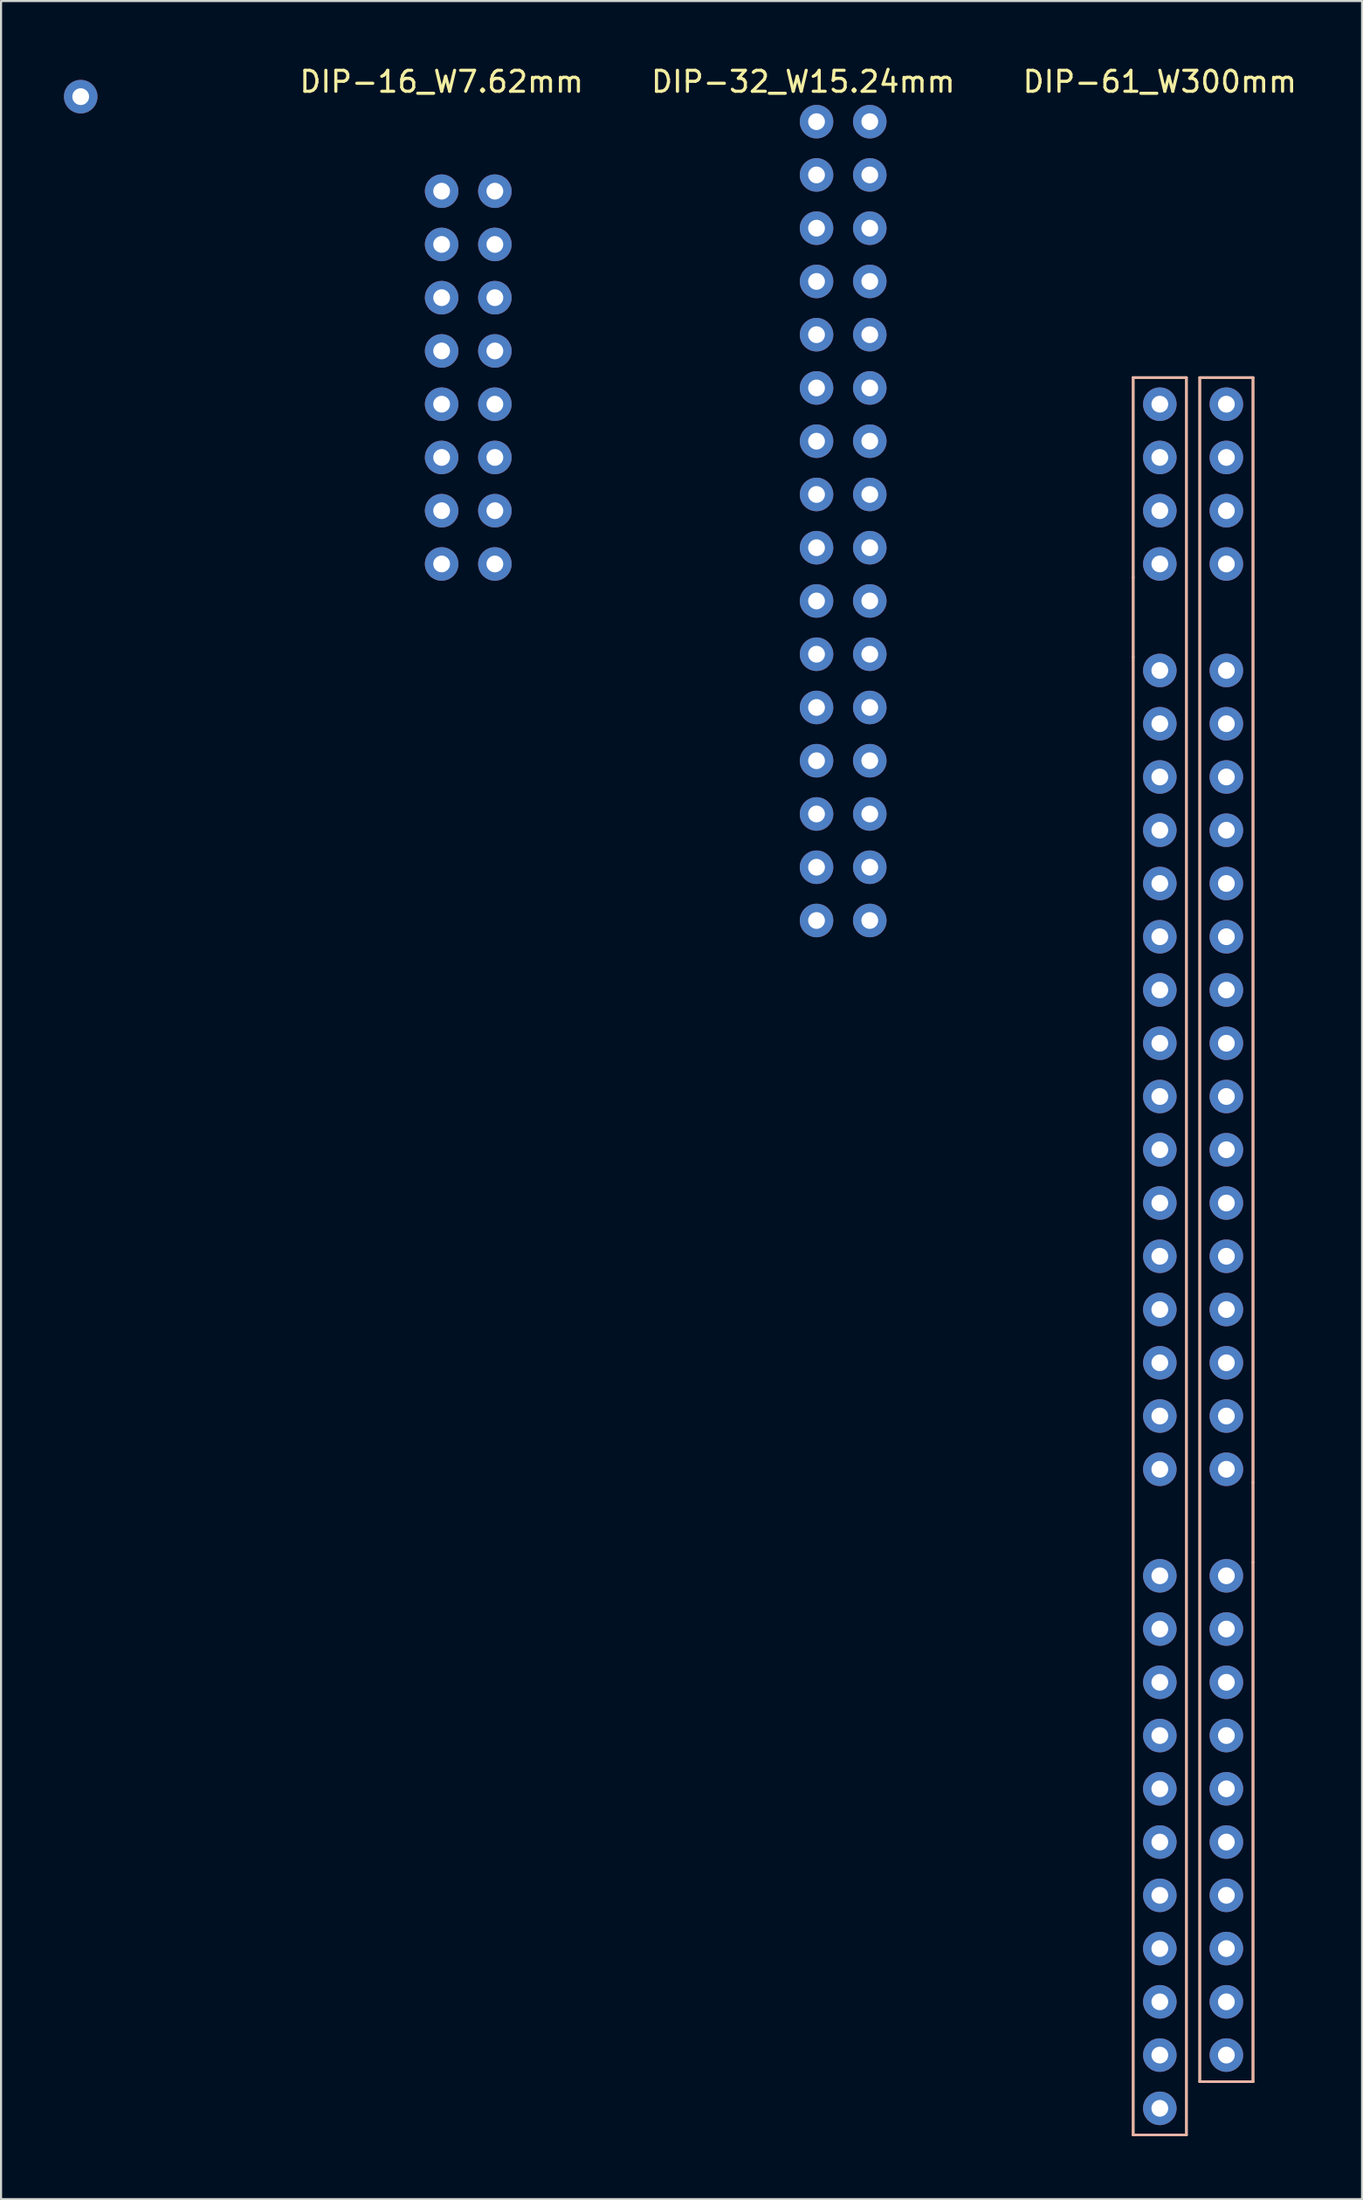
<source format=kicad_pcb>
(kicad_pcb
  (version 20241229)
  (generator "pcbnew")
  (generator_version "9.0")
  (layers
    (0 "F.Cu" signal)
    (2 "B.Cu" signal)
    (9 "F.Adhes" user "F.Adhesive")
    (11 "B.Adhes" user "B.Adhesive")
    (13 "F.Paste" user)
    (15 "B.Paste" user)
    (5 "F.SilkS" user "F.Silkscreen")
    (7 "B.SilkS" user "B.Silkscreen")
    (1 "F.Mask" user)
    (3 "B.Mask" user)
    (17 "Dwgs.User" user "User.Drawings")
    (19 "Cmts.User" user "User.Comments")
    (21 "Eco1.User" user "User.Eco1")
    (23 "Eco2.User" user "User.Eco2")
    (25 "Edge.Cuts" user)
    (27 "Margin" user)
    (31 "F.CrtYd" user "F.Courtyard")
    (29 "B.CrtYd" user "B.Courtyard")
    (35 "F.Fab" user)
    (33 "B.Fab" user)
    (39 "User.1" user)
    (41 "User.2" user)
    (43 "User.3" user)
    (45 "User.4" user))
  (footprint "DIP-61_W300mm"
    (layer "F.Cu")
    (at 52.281 6.068)
    (property "Reference" "DIP-61_W300mm" (at 0 -5.22 0) (layer "F.SilkS") (effects (font (size 1 1) (thickness 0.15))))
    (attr through_hole)
    (fp_line (start -1.27 8.89) (end 1.27 8.89) (stroke (width 0.12) (type solid)) (layer "F.SilkS"))
    (fp_line (start -1.27 18.415) (end -1.27 8.89) (stroke (width 0.12) (type solid)) (layer "F.SilkS"))
    (fp_line (start -1.27 18.415) (end -1.27 22.225) (stroke (width 0.12) (type solid)) (layer "F.SilkS"))
    (fp_line (start -1.27 92.71) (end -1.27 22.225) (stroke (width 0.12) (type solid)) (layer "F.SilkS"))
    (fp_line (start 1.27 8.89) (end 1.27 92.71) (stroke (width 0.12) (type solid)) (layer "F.SilkS"))
    (fp_line (start 1.27 92.71) (end -1.27 92.71) (stroke (width 0.12) (type solid)) (layer "F.SilkS"))
    (fp_line (start 1.905 8.89) (end 4.445 8.89) (stroke (width 0.12) (type solid)) (layer "F.SilkS"))
    (fp_line (start 1.905 90.17) (end 1.905 8.89) (stroke (width 0.12) (type solid)) (layer "F.SilkS"))
    (fp_line (start 4.445 8.89) (end 4.445 61.595) (stroke (width 0.12) (type solid)) (layer "F.SilkS"))
    (fp_line (start 4.445 61.595) (end 4.445 65.405) (stroke (width 0.12) (type solid)) (layer "F.SilkS"))
    (fp_line (start 4.445 65.405) (end 4.445 90.17) (stroke (width 0.12) (type solid)) (layer "F.SilkS"))
    (fp_line (start 4.445 90.17) (end 1.905 90.17) (stroke (width 0.12) (type solid)) (layer "F.SilkS"))
    (fp_line (start -1.27 8.89) (end 1.27 8.89) (stroke (width 0.12) (type solid)) (layer "B.SilkS"))
    (fp_line (start -1.27 18.415) (end -1.27 8.89) (stroke (width 0.12) (type solid)) (layer "B.SilkS"))
    (fp_line (start -1.27 18.415) (end -1.27 22.225) (stroke (width 0.12) (type solid)) (layer "B.SilkS"))
    (fp_line (start -1.27 92.71) (end -1.27 22.225) (stroke (width 0.12) (type solid)) (layer "B.SilkS"))
    (fp_line (start 1.27 8.89) (end 1.27 92.71) (stroke (width 0.12) (type solid)) (layer "B.SilkS"))
    (fp_line (start 1.27 92.71) (end -1.27 92.71) (stroke (width 0.12) (type solid)) (layer "B.SilkS"))
    (fp_line (start 1.905 8.89) (end 1.905 90.17) (stroke (width 0.12) (type solid)) (layer "B.SilkS"))
    (fp_line (start 1.905 90.17) (end 4.445 90.17) (stroke (width 0.12) (type solid)) (layer "B.SilkS"))
    (fp_line (start 4.445 8.89) (end 1.905 8.89) (stroke (width 0.12) (type solid)) (layer "B.SilkS"))
    (fp_line (start 4.445 61.595) (end 4.445 8.89) (stroke (width 0.12) (type solid)) (layer "B.SilkS"))
    (fp_line (start 4.445 61.595) (end 4.445 65.405) (stroke (width 0.12) (type solid)) (layer "B.SilkS"))
    (fp_line (start 4.445 65.405) (end 4.445 90.17) (stroke (width 0.12) (type solid)) (layer "B.SilkS"))
    (pad "1" thru_hole oval (at 0 10.16) (size 1.6 1.6) (drill 0.8) (layers "*.Cu" "*.Mask"))
    (pad "1" thru_hole oval (at 0 12.7) (size 1.6 1.6) (drill 0.8) (layers "*.Cu" "*.Mask"))
    (pad "1" thru_hole oval (at 0 15.24) (size 1.6 1.6) (drill 0.8) (layers "*.Cu" "*.Mask"))
    (pad "1" thru_hole oval (at 0 17.78) (size 1.6 1.6) (drill 0.8) (layers "*.Cu" "*.Mask"))
    (pad "1" thru_hole oval (at 0 22.86) (size 1.6 1.6) (drill 0.8) (layers "*.Cu" "*.Mask"))
    (pad "1" thru_hole oval (at 0 25.4) (size 1.6 1.6) (drill 0.8) (layers "*.Cu" "*.Mask"))
    (pad "1" thru_hole oval (at 0 27.94) (size 1.6 1.6) (drill 0.8) (layers "*.Cu" "*.Mask"))
    (pad "1" thru_hole oval (at 0 30.48) (size 1.6 1.6) (drill 0.8) (layers "*.Cu" "*.Mask"))
    (pad "1" thru_hole oval (at 0 33.02) (size 1.6 1.6) (drill 0.8) (layers "*.Cu" "*.Mask"))
    (pad "1" thru_hole oval (at 0 35.56) (size 1.6 1.6) (drill 0.8) (layers "*.Cu" "*.Mask"))
    (pad "1" thru_hole oval (at 0 38.1) (size 1.6 1.6) (drill 0.8) (layers "*.Cu" "*.Mask"))
    (pad "1" thru_hole oval (at 0 40.64) (size 1.6 1.6) (drill 0.8) (layers "*.Cu" "*.Mask"))
    (pad "1" thru_hole oval (at 0 43.18) (size 1.6 1.6) (drill 0.8) (layers "*.Cu" "*.Mask"))
    (pad "1" thru_hole oval (at 0 45.72) (size 1.6 1.6) (drill 0.8) (layers "*.Cu" "*.Mask"))
    (pad "1" thru_hole oval (at 0 48.26) (size 1.6 1.6) (drill 0.8) (layers "*.Cu" "*.Mask"))
    (pad "1" thru_hole oval (at 0 50.8) (size 1.6 1.6) (drill 0.8) (layers "*.Cu" "*.Mask"))
    (pad "1" thru_hole oval (at 0 53.34) (size 1.6 1.6) (drill 0.8) (layers "*.Cu" "*.Mask"))
    (pad "1" thru_hole oval (at 0 55.88) (size 1.6 1.6) (drill 0.8) (layers "*.Cu" "*.Mask"))
    (pad "1" thru_hole oval (at 0 58.42) (size 1.6 1.6) (drill 0.8) (layers "*.Cu" "*.Mask"))
    (pad "1" thru_hole oval (at 0 60.96) (size 1.6 1.6) (drill 0.8) (layers "*.Cu" "*.Mask"))
    (pad "1" thru_hole oval (at 0 66.04) (size 1.6 1.6) (drill 0.8) (layers "*.Cu" "*.Mask"))
    (pad "1" thru_hole oval (at 0 68.58) (size 1.6 1.6) (drill 0.8) (layers "*.Cu" "*.Mask"))
    (pad "1" thru_hole oval (at 0 71.12) (size 1.6 1.6) (drill 0.8) (layers "*.Cu" "*.Mask"))
    (pad "1" thru_hole oval (at 0 73.66) (size 1.6 1.6) (drill 0.8) (layers "*.Cu" "*.Mask"))
    (pad "1" thru_hole oval (at 0 76.2) (size 1.6 1.6) (drill 0.8) (layers "*.Cu" "*.Mask"))
    (pad "1" thru_hole oval (at 0 78.74) (size 1.6 1.6) (drill 0.8) (layers "*.Cu" "*.Mask"))
    (pad "1" thru_hole oval (at 0 81.28) (size 1.6 1.6) (drill 0.8) (layers "*.Cu" "*.Mask"))
    (pad "1" thru_hole oval (at 0 83.82) (size 1.6 1.6) (drill 0.8) (layers "*.Cu" "*.Mask"))
    (pad "1" thru_hole oval (at 0 86.36) (size 1.6 1.6) (drill 0.8) (layers "*.Cu" "*.Mask"))
    (pad "1" thru_hole oval (at 0 88.9) (size 1.6 1.6) (drill 0.8) (layers "*.Cu" "*.Mask"))
    (pad "1" thru_hole oval (at 0 91.44) (size 1.6 1.6) (drill 0.8) (layers "*.Cu" "*.Mask"))
    (pad "2" thru_hole oval (at 3.175 10.16) (size 1.6 1.6) (drill 0.8) (layers "*.Cu" "*.Mask"))
    (pad "2" thru_hole oval (at 3.175 12.7) (size 1.6 1.6) (drill 0.8) (layers "*.Cu" "*.Mask"))
    (pad "2" thru_hole oval (at 3.175 15.24) (size 1.6 1.6) (drill 0.8) (layers "*.Cu" "*.Mask"))
    (pad "2" thru_hole oval (at 3.175 17.78) (size 1.6 1.6) (drill 0.8) (layers "*.Cu" "*.Mask"))
    (pad "2" thru_hole oval (at 3.175 22.86) (size 1.6 1.6) (drill 0.8) (layers "*.Cu" "*.Mask"))
    (pad "2" thru_hole oval (at 3.175 25.4) (size 1.6 1.6) (drill 0.8) (layers "*.Cu" "*.Mask"))
    (pad "2" thru_hole oval (at 3.175 27.94) (size 1.6 1.6) (drill 0.8) (layers "*.Cu" "*.Mask"))
    (pad "2" thru_hole oval (at 3.175 30.48) (size 1.6 1.6) (drill 0.8) (layers "*.Cu" "*.Mask"))
    (pad "2" thru_hole oval (at 3.175 33.02) (size 1.6 1.6) (drill 0.8) (layers "*.Cu" "*.Mask"))
    (pad "2" thru_hole oval (at 3.175 35.56) (size 1.6 1.6) (drill 0.8) (layers "*.Cu" "*.Mask"))
    (pad "2" thru_hole oval (at 3.175 38.1) (size 1.6 1.6) (drill 0.8) (layers "*.Cu" "*.Mask"))
    (pad "2" thru_hole oval (at 3.175 40.64) (size 1.6 1.6) (drill 0.8) (layers "*.Cu" "*.Mask"))
    (pad "2" thru_hole oval (at 3.175 43.18) (size 1.6 1.6) (drill 0.8) (layers "*.Cu" "*.Mask"))
    (pad "2" thru_hole oval (at 3.175 45.72) (size 1.6 1.6) (drill 0.8) (layers "*.Cu" "*.Mask"))
    (pad "2" thru_hole oval (at 3.175 48.26) (size 1.6 1.6) (drill 0.8) (layers "*.Cu" "*.Mask"))
    (pad "2" thru_hole oval (at 3.175 50.8) (size 1.6 1.6) (drill 0.8) (layers "*.Cu" "*.Mask"))
    (pad "2" thru_hole oval (at 3.175 53.34) (size 1.6 1.6) (drill 0.8) (layers "*.Cu" "*.Mask"))
    (pad "2" thru_hole oval (at 3.175 55.88) (size 1.6 1.6) (drill 0.8) (layers "*.Cu" "*.Mask"))
    (pad "2" thru_hole oval (at 3.175 58.42) (size 1.6 1.6) (drill 0.8) (layers "*.Cu" "*.Mask"))
    (pad "2" thru_hole oval (at 3.175 60.96) (size 1.6 1.6) (drill 0.8) (layers "*.Cu" "*.Mask"))
    (pad "2" thru_hole oval (at 3.175 66.04) (size 1.6 1.6) (drill 0.8) (layers "*.Cu" "*.Mask"))
    (pad "2" thru_hole oval (at 3.175 68.58) (size 1.6 1.6) (drill 0.8) (layers "*.Cu" "*.Mask"))
    (pad "2" thru_hole oval (at 3.175 71.12) (size 1.6 1.6) (drill 0.8) (layers "*.Cu" "*.Mask"))
    (pad "2" thru_hole oval (at 3.175 73.66) (size 1.6 1.6) (drill 0.8) (layers "*.Cu" "*.Mask"))
    (pad "2" thru_hole oval (at 3.175 76.2) (size 1.6 1.6) (drill 0.8) (layers "*.Cu" "*.Mask"))
    (pad "2" thru_hole oval (at 3.175 78.74) (size 1.6 1.6) (drill 0.8) (layers "*.Cu" "*.Mask"))
    (pad "2" thru_hole oval (at 3.175 81.28) (size 1.6 1.6) (drill 0.8) (layers "*.Cu" "*.Mask"))
    (pad "2" thru_hole oval (at 3.175 83.82) (size 1.6 1.6) (drill 0.8) (layers "*.Cu" "*.Mask"))
    (pad "2" thru_hole oval (at 3.175 86.36) (size 1.6 1.6) (drill 0.8) (layers "*.Cu" "*.Mask"))
    (pad "2" thru_hole oval (at 3.175 88.9) (size 1.6 1.6) (drill 0.8) (layers "*.Cu" "*.Mask")))
  (footprint "DIP-32_W15.24mm"
    (layer "F.Cu")
    (at 35.904 2.753)
    (property "Reference" "DIP-32_W15.24mm" (at -0.635 -1.905 0) (layer "F.SilkS") (effects (font (size 1 1) (thickness 0.15))))
    (attr through_hole)
    (pad "1" thru_hole oval (at 0 0) (size 1.6 1.6) (drill 0.8) (layers "*.Cu" "*.Mask"))
    (pad "1" thru_hole oval (at 2.54 0) (size 1.6 1.6) (drill 0.8) (layers "*.Cu" "*.Mask"))
    (pad "2" thru_hole oval (at 0 2.54) (size 1.6 1.6) (drill 0.8) (layers "*.Cu" "*.Mask"))
    (pad "2" thru_hole oval (at 2.54 2.54) (size 1.6 1.6) (drill 0.8) (layers "*.Cu" "*.Mask"))
    (pad "3" thru_hole oval (at 0 5.08) (size 1.6 1.6) (drill 0.8) (layers "*.Cu" "*.Mask"))
    (pad "3" thru_hole oval (at 2.54 5.08) (size 1.6 1.6) (drill 0.8) (layers "*.Cu" "*.Mask"))
    (pad "4" thru_hole oval (at 0 7.62) (size 1.6 1.6) (drill 0.8) (layers "*.Cu" "*.Mask"))
    (pad "4" thru_hole oval (at 2.54 7.62) (size 1.6 1.6) (drill 0.8) (layers "*.Cu" "*.Mask"))
    (pad "5" thru_hole oval (at 0 10.16) (size 1.6 1.6) (drill 0.8) (layers "*.Cu" "*.Mask"))
    (pad "5" thru_hole oval (at 2.54 10.16) (size 1.6 1.6) (drill 0.8) (layers "*.Cu" "*.Mask"))
    (pad "6" thru_hole oval (at 0 12.7) (size 1.6 1.6) (drill 0.8) (layers "*.Cu" "*.Mask"))
    (pad "6" thru_hole oval (at 2.54 12.7) (size 1.6 1.6) (drill 0.8) (layers "*.Cu" "*.Mask"))
    (pad "7" thru_hole oval (at 0 15.24) (size 1.6 1.6) (drill 0.8) (layers "*.Cu" "*.Mask"))
    (pad "7" thru_hole oval (at 2.54 15.24) (size 1.6 1.6) (drill 0.8) (layers "*.Cu" "*.Mask"))
    (pad "8" thru_hole oval (at 0 17.78) (size 1.6 1.6) (drill 0.8) (layers "*.Cu" "*.Mask"))
    (pad "8" thru_hole oval (at 2.54 17.78) (size 1.6 1.6) (drill 0.8) (layers "*.Cu" "*.Mask"))
    (pad "9" thru_hole oval (at 0 20.32) (size 1.6 1.6) (drill 0.8) (layers "*.Cu" "*.Mask"))
    (pad "9" thru_hole oval (at 2.54 20.32) (size 1.6 1.6) (drill 0.8) (layers "*.Cu" "*.Mask"))
    (pad "10" thru_hole oval (at 0 22.86) (size 1.6 1.6) (drill 0.8) (layers "*.Cu" "*.Mask"))
    (pad "10" thru_hole oval (at 2.54 22.86) (size 1.6 1.6) (drill 0.8) (layers "*.Cu" "*.Mask"))
    (pad "11" thru_hole oval (at 0 25.4) (size 1.6 1.6) (drill 0.8) (layers "*.Cu" "*.Mask"))
    (pad "11" thru_hole oval (at 2.54 25.4) (size 1.6 1.6) (drill 0.8) (layers "*.Cu" "*.Mask"))
    (pad "12" thru_hole oval (at 0 27.94) (size 1.6 1.6) (drill 0.8) (layers "*.Cu" "*.Mask"))
    (pad "12" thru_hole oval (at 2.54 27.94) (size 1.6 1.6) (drill 0.8) (layers "*.Cu" "*.Mask"))
    (pad "13" thru_hole oval (at 0 30.48) (size 1.6 1.6) (drill 0.8) (layers "*.Cu" "*.Mask"))
    (pad "13" thru_hole oval (at 2.54 30.48) (size 1.6 1.6) (drill 0.8) (layers "*.Cu" "*.Mask"))
    (pad "14" thru_hole oval (at 0 33.02) (size 1.6 1.6) (drill 0.8) (layers "*.Cu" "*.Mask"))
    (pad "14" thru_hole oval (at 2.54 33.02) (size 1.6 1.6) (drill 0.8) (layers "*.Cu" "*.Mask"))
    (pad "15" thru_hole oval (at 0 35.56) (size 1.6 1.6) (drill 0.8) (layers "*.Cu" "*.Mask"))
    (pad "15" thru_hole oval (at 2.54 35.56) (size 1.6 1.6) (drill 0.8) (layers "*.Cu" "*.Mask"))
    (pad "16" thru_hole oval (at 0 38.1) (size 1.6 1.6) (drill 0.8) (layers "*.Cu" "*.Mask"))
    (pad "16" thru_hole oval (at 2.54 38.1) (size 1.6 1.6) (drill 0.8) (layers "*.Cu" "*.Mask")))
  (footprint "DIP-16_W7.62mm"
    (layer "F.Cu")
    (at 18.019 6.068)
    (property "Reference" "DIP-16_W7.62mm" (at 0 -5.22 0) (layer "F.SilkS") (effects (font (size 1 1) (thickness 0.15))))
    (attr through_hole)
    (pad "1" thru_hole oval (at 0 0) (size 1.6 1.6) (drill 0.8) (layers "*.Cu" "*.Mask"))
    (pad "1" thru_hole oval (at 2.54 0) (size 1.6 1.6) (drill 0.8) (layers "*.Cu" "*.Mask"))
    (pad "2" thru_hole oval (at 0 2.54) (size 1.6 1.6) (drill 0.8) (layers "*.Cu" "*.Mask"))
    (pad "2" thru_hole oval (at 2.54 2.54) (size 1.6 1.6) (drill 0.8) (layers "*.Cu" "*.Mask"))
    (pad "3" thru_hole oval (at 0 5.08) (size 1.6 1.6) (drill 0.8) (layers "*.Cu" "*.Mask"))
    (pad "3" thru_hole oval (at 2.54 5.08) (size 1.6 1.6) (drill 0.8) (layers "*.Cu" "*.Mask"))
    (pad "4" thru_hole oval (at 0 7.62) (size 1.6 1.6) (drill 0.8) (layers "*.Cu" "*.Mask"))
    (pad "4" thru_hole oval (at 2.54 7.62) (size 1.6 1.6) (drill 0.8) (layers "*.Cu" "*.Mask"))
    (pad "5" thru_hole oval (at 0 10.16) (size 1.6 1.6) (drill 0.8) (layers "*.Cu" "*.Mask"))
    (pad "5" thru_hole oval (at 2.54 10.16) (size 1.6 1.6) (drill 0.8) (layers "*.Cu" "*.Mask"))
    (pad "6" thru_hole oval (at 0 12.7) (size 1.6 1.6) (drill 0.8) (layers "*.Cu" "*.Mask"))
    (pad "6" thru_hole oval (at 2.54 12.7) (size 1.6 1.6) (drill 0.8) (layers "*.Cu" "*.Mask"))
    (pad "7" thru_hole oval (at 0 15.24) (size 1.6 1.6) (drill 0.8) (layers "*.Cu" "*.Mask"))
    (pad "7" thru_hole oval (at 2.54 15.24) (size 1.6 1.6) (drill 0.8) (layers "*.Cu" "*.Mask"))
    (pad "8" thru_hole oval (at 0 17.78) (size 1.6 1.6) (drill 0.8) (layers "*.Cu" "*.Mask"))
    (pad "8" thru_hole oval (at 2.54 17.78) (size 1.6 1.6) (drill 0.8) (layers "*.Cu" "*.Mask")))
  (footprint "1pin"
    (layer "F.Cu")
    (at 0.8 1.56)
    (property "Reference" "1pin" (at 5.588 -0.712 0) (layer "Eco2.User") (effects (font (size 1 1) (thickness 0.15))))
    (attr through_hole)
    (pad "1" thru_hole circle (at 0 0) (size 1.6 1.6) (drill 0.8) (layers "*.Cu" "*.Mask")))
  (gr_rect
    (start -3 -3)
    (end 61.93 101.838)
    (stroke (width 0.1) (type default))
    (fill no)
    (layer "Edge.Cuts")))
</source>
